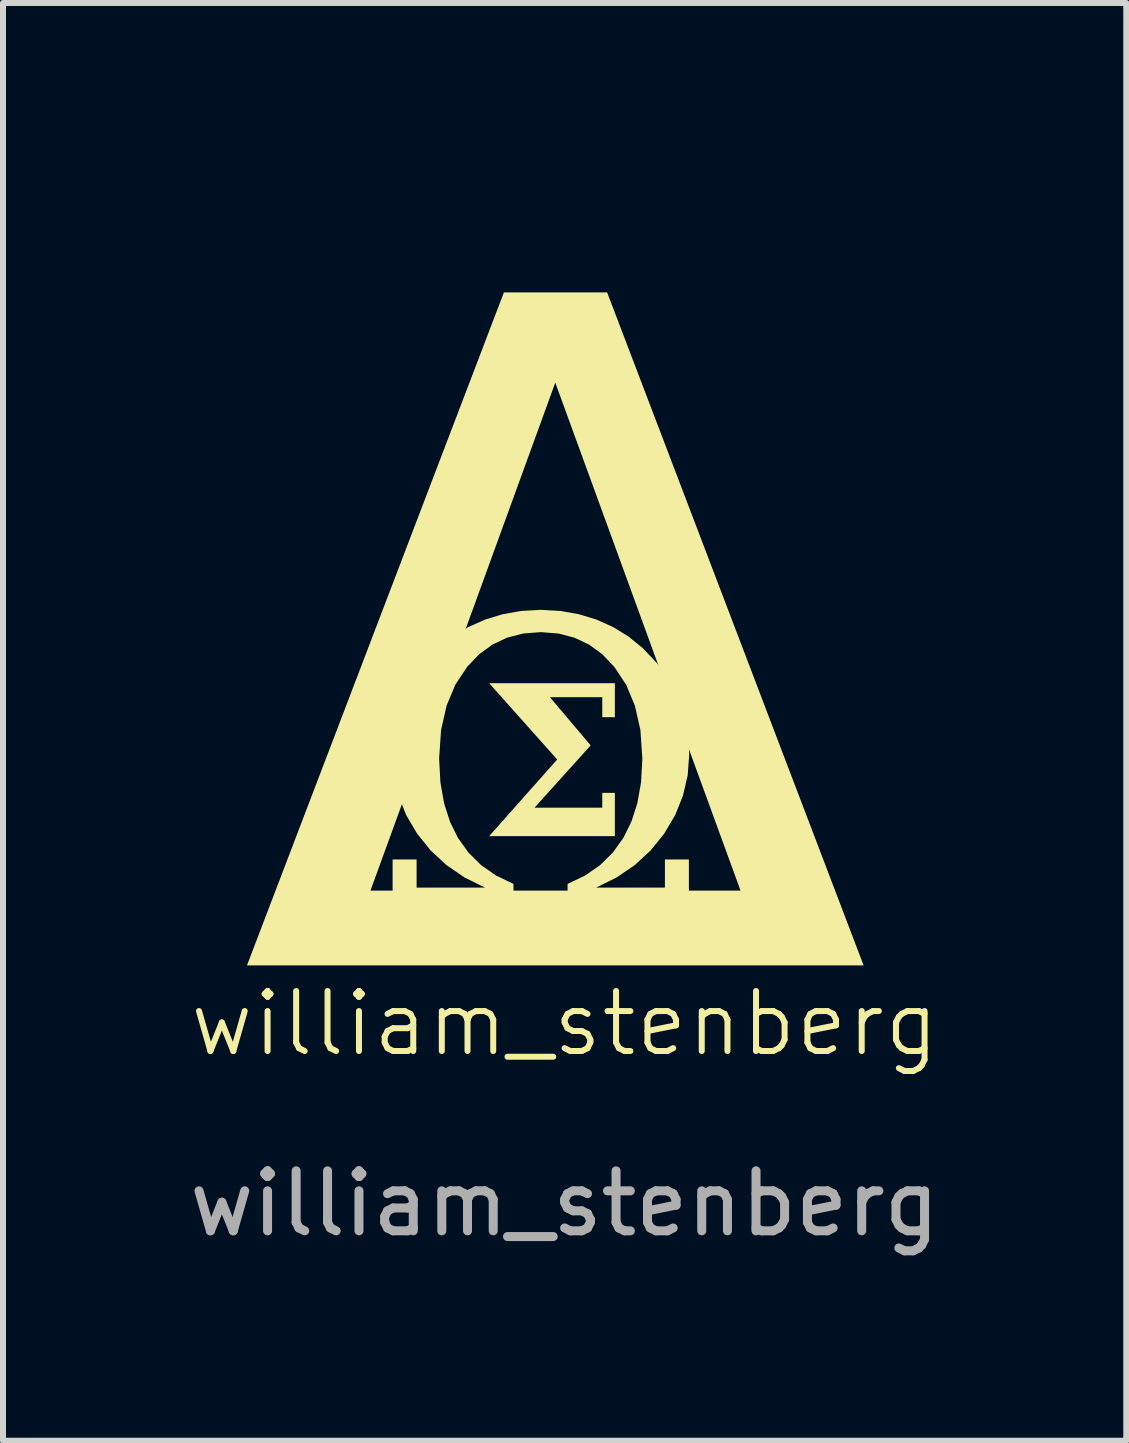
<source format=kicad_pcb>
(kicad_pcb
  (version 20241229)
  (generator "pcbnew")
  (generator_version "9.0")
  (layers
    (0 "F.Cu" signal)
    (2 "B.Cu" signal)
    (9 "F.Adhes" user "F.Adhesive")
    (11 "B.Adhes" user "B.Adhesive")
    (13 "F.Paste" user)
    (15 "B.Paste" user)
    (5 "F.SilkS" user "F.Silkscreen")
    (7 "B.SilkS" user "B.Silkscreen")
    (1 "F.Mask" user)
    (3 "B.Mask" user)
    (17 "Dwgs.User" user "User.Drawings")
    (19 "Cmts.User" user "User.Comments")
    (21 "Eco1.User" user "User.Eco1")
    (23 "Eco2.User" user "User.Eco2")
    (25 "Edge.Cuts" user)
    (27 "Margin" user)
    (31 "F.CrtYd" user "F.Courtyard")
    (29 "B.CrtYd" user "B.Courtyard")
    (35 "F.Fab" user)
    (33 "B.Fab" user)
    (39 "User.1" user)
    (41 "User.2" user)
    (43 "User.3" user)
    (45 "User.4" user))
  (footprint "william_stenberg"
    (layer "F.Cu")
    (at 6.363 14.514)
    (property "Reference" "william_stenberg" (at 0 -0.5 0) (unlocked yes) (layer "F.SilkS") (effects (font (size 1 1) (thickness 0.1))))
    (attr smd)
    (fp_text user "Δ" (at -0.15 0.4 0) (unlocked yes) (layer "F.SilkS") (effects (font (face "Complex") (size 11 11) (thickness 1.375)) (justify bottom)))
    (fp_text user "Σ" (at -1.4 -3.2 0) (unlocked yes) (layer "F.SilkS") (effects (font (face "Times New Roman") (size 2.5 2.5) (thickness 0.5) (bold yes)) (justify left bottom)))
    (fp_text user "Ω" (at -0.4 -1.35 0) (unlocked yes) (layer "F.SilkS") (effects (font (face "Times New Roman") (size 5 5) (thickness 0.75)) (justify bottom)))
    (fp_text user "${REFERENCE}" (at 0 2.5 0) (unlocked yes) (layer "F.Fab") (effects (font (size 1 1) (thickness 0.15)))))
  (gr_rect
    (start -3 -3)
    (end 15.726 20.968)
    (stroke (width 0.1) (type default))
    (fill no)
    (layer "Edge.Cuts")))
</source>
